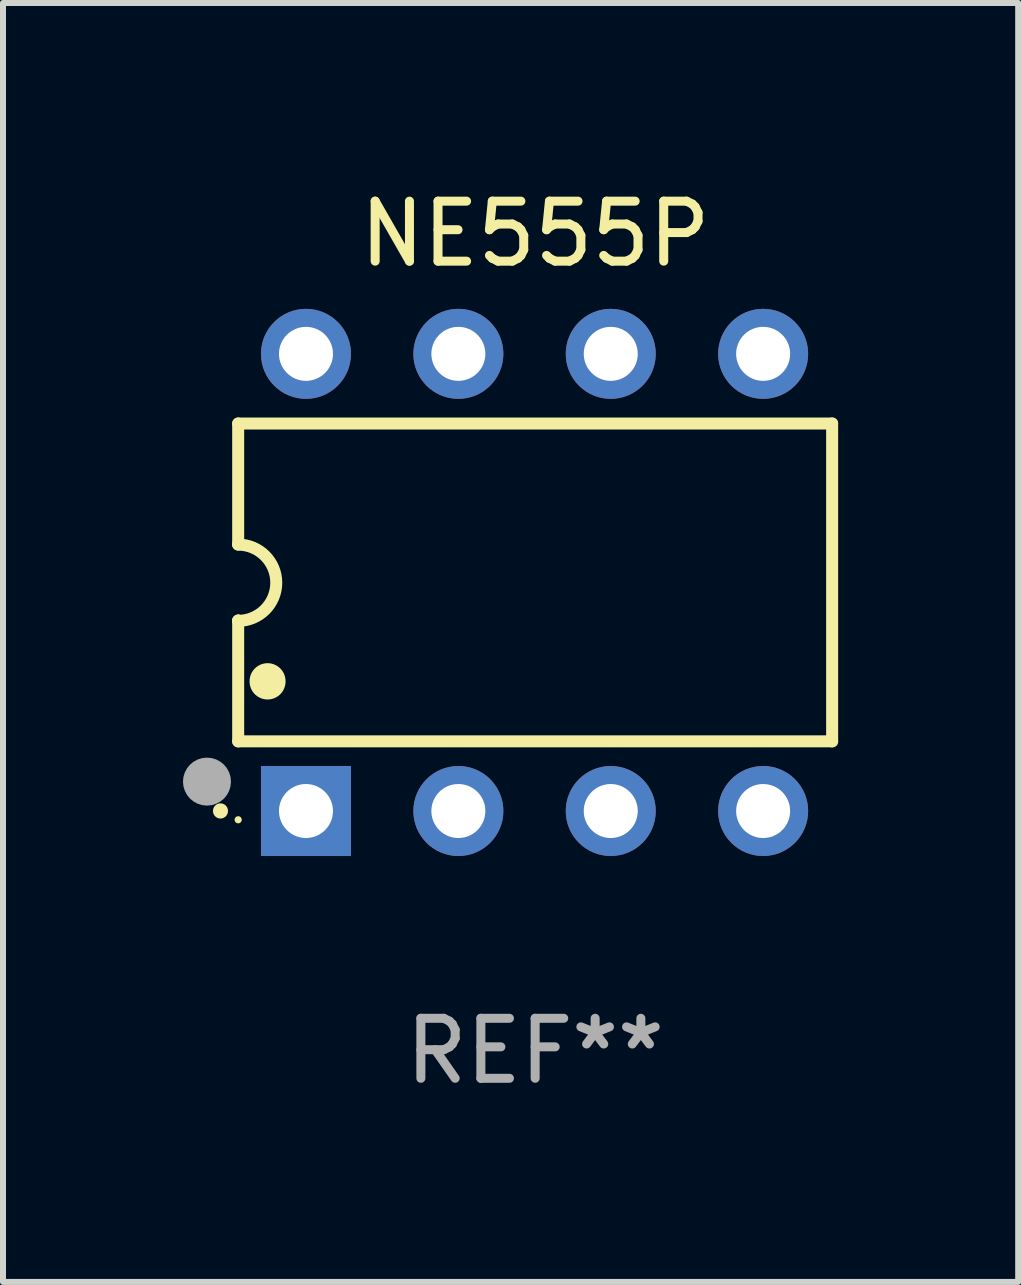
<source format=kicad_pcb>
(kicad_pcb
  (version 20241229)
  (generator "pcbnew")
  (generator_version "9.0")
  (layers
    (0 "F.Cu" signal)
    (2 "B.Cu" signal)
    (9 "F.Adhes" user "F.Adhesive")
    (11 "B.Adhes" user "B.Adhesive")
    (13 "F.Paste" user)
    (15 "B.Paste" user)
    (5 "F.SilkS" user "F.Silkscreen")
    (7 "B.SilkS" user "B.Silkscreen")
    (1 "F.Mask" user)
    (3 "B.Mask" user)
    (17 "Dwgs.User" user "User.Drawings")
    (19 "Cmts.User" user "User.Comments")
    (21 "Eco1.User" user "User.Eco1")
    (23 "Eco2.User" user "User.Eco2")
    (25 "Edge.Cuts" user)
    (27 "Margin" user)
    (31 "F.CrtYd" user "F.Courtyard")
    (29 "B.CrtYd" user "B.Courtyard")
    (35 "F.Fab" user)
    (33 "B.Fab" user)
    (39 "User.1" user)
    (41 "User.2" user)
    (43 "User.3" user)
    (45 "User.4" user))
  (footprint "NE555P"
    (layer "F.Cu")
    (at 5.87 6.658)
    (property "Reference" "NE555P" (at 0 -5.81 0) (layer "F.SilkS") (effects (font (size 1 1) (thickness 0.15))))
    (attr through_hole)
    (fp_line (start -4.95 -2.649) (end 4.95 -2.649) (stroke (width 0.2) (type solid)) (layer "F.SilkS"))
    (fp_line (start -4.95 -0.635) (end -4.95 -2.649) (stroke (width 0.2) (type solid)) (layer "F.SilkS"))
    (fp_line (start -4.95 0.635) (end -4.95 0.64) (stroke (width 0.2) (type solid)) (layer "F.SilkS"))
    (fp_line (start -4.95 2.649) (end -4.95 0.635) (stroke (width 0.2) (type solid)) (layer "F.SilkS"))
    (fp_line (start -4.95 -0.64) (end -4.95 -0.635) (stroke (width 0.2) (type solid)) (layer "F.SilkS"))
    (fp_line (start 4.95 -2.649) (end 4.95 2.649) (stroke (width 0.2) (type solid)) (layer "F.SilkS"))
    (fp_line (start 4.95 2.649) (end -4.95 2.649) (stroke (width 0.2) (type solid)) (layer "F.SilkS"))
    (fp_arc (start -5.24511 3.810008) (mid -5.245117 3.808738) (end -5.24511 3.807468) (stroke (width 0.25) (type solid)) (layer "F.SilkS"))
    (fp_arc (start -4.950165 -0.629997) (mid -4.315164 0.005004) (end -4.950165 0.640005) (stroke (width 0.2) (type solid)) (layer "F.SilkS"))
    (fp_arc (start -4.460249 1.651003) (mid -4.46026 1.648463) (end -4.460249 1.645923) (stroke (width 0.6) (type solid)) (layer "F.SilkS"))
    (fp_circle (center -4.95 3.956) (end -4.92 3.956) (stroke (width 0.06) (type solid)) (fill no) (layer "F.SilkS"))
    (fp_circle (center -5.47 3.32) (end -5.27 3.32) (stroke (width 0.4) (type solid)) (fill no) (layer "F.Fab"))
    (fp_text user "REF**" (at 0 7.81 0) (layer "F.Fab") (effects (font (size 1 1) (thickness 0.15))))
    (pad "1" thru_hole rect (at -3.82 3.81) (size 1.5 1.5) (drill 0.9) (layers "*.Cu" "*.Mask"))
    (pad "2" thru_hole circle (at -1.28 3.81) (size 1.5 1.5) (drill 0.9) (layers "*.Cu" "*.Mask"))
    (pad "3" thru_hole circle (at 1.26 3.81) (size 1.5 1.5) (drill 0.9) (layers "*.Cu" "*.Mask"))
    (pad "4" thru_hole circle (at 3.8 3.81) (size 1.5 1.5) (drill 0.9) (layers "*.Cu" "*.Mask"))
    (pad "5" thru_hole circle (at 3.8 -3.81) (size 1.5 1.5) (drill 0.9) (layers "*.Cu" "*.Mask"))
    (pad "6" thru_hole circle (at 1.26 -3.81) (size 1.5 1.5) (drill 0.9) (layers "*.Cu" "*.Mask"))
    (pad "7" thru_hole circle (at -1.28 -3.81) (size 1.5 1.5) (drill 0.9) (layers "*.Cu" "*.Mask"))
    (pad "8" thru_hole circle (at -3.82 -3.81) (size 1.5 1.5) (drill 0.9) (layers "*.Cu" "*.Mask")))
  (gr_rect
    (start -3 -3)
    (end 13.921 18.317)
    (stroke (width 0.1) (type default))
    (fill no)
    (layer "Edge.Cuts")))
</source>
